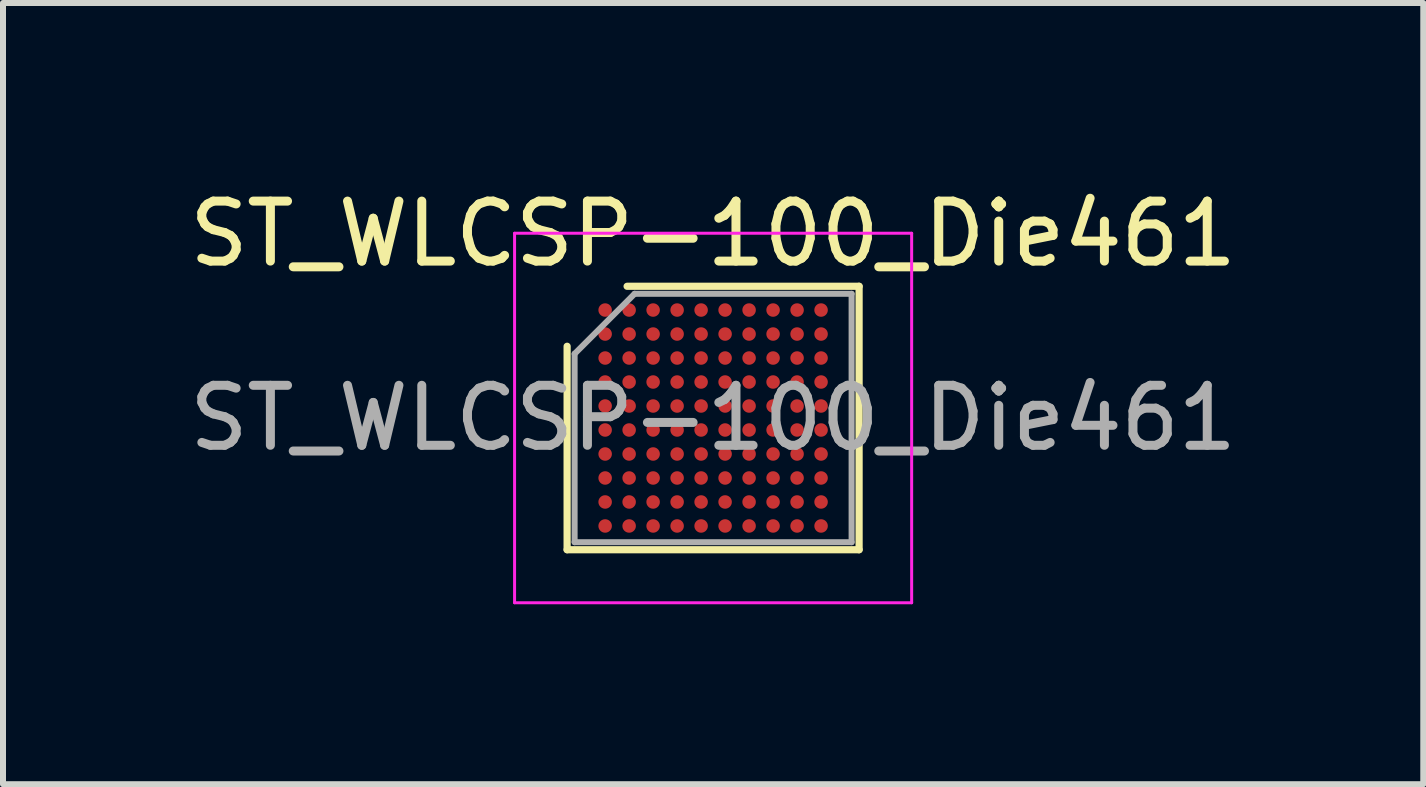
<source format=kicad_pcb>
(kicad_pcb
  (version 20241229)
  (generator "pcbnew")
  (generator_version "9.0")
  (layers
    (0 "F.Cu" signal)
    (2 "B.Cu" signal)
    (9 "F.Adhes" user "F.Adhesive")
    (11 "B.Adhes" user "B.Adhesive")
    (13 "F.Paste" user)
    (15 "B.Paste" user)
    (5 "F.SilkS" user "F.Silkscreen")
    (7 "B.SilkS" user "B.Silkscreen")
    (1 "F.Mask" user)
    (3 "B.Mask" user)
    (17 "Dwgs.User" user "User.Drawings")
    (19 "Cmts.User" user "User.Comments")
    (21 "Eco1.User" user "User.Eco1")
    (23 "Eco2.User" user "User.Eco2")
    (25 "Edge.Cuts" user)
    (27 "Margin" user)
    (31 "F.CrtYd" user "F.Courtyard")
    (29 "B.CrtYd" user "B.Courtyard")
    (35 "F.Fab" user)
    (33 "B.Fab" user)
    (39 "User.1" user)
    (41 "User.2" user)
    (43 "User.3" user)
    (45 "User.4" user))
  (footprint "ST_WLCSP-100_Die461"
    (layer "F.Cu")
    (at 8.839 3.919)
    (property "Reference" "ST_WLCSP-100_Die461" (at 0 -3.071 0) (layer "F.SilkS") (effects (font (size 1 1) (thickness 0.15))))
    (attr smd)
    (fp_line (start -2.434 2.196) (end -2.434 -1.196) (stroke (width 0.12) (type solid)) (layer "F.SilkS"))
    (fp_line (start -1.434 -2.196) (end 2.434 -2.196) (stroke (width 0.12) (type solid)) (layer "F.SilkS"))
    (fp_line (start 2.434 -2.196) (end 2.434 2.196) (stroke (width 0.12) (type solid)) (layer "F.SilkS"))
    (fp_line (start 2.434 2.196) (end -2.434 2.196) (stroke (width 0.12) (type solid)) (layer "F.SilkS"))
    (fp_line (start -3.31 -3.08) (end -3.31 3.08) (stroke (width 0.05) (type solid)) (layer "F.CrtYd"))
    (fp_line (start -3.31 3.08) (end 3.31 3.08) (stroke (width 0.05) (type solid)) (layer "F.CrtYd"))
    (fp_line (start 3.31 -3.08) (end -3.31 -3.08) (stroke (width 0.05) (type solid)) (layer "F.CrtYd"))
    (fp_line (start 3.31 3.08) (end 3.31 -3.08) (stroke (width 0.05) (type solid)) (layer "F.CrtYd"))
    (fp_line (start -2.309 -1.071) (end -1.309 -2.071) (stroke (width 0.1) (type solid)) (layer "F.Fab"))
    (fp_line (start -2.309 2.071) (end -2.309 -1.071) (stroke (width 0.1) (type solid)) (layer "F.Fab"))
    (fp_line (start -1.309 -2.071) (end 2.309 -2.071) (stroke (width 0.1) (type solid)) (layer "F.Fab"))
    (fp_line (start 2.309 -2.071) (end 2.309 2.071) (stroke (width 0.1) (type solid)) (layer "F.Fab"))
    (fp_line (start 2.309 2.071) (end -2.309 2.071) (stroke (width 0.1) (type solid)) (layer "F.Fab"))
    (fp_text user "${REFERENCE}" (at 0 0 0) (layer "F.Fab") (effects (font (size 1 1) (thickness 0.15))))
    (pad "A1" smd circle (at -1.8 -1.8) (size 0.225 0.225) (layers "F.Cu" "F.Mask" "F.Paste"))
    (pad "A2" smd circle (at -1.4 -1.8) (size 0.225 0.225) (layers "F.Cu" "F.Mask" "F.Paste"))
    (pad "A3" smd circle (at -1 -1.8) (size 0.225 0.225) (layers "F.Cu" "F.Mask" "F.Paste"))
    (pad "A4" smd circle (at -0.6 -1.8) (size 0.225 0.225) (layers "F.Cu" "F.Mask" "F.Paste"))
    (pad "A5" smd circle (at -0.2 -1.8) (size 0.225 0.225) (layers "F.Cu" "F.Mask" "F.Paste"))
    (pad "A6" smd circle (at 0.2 -1.8) (size 0.225 0.225) (layers "F.Cu" "F.Mask" "F.Paste"))
    (pad "A7" smd circle (at 0.6 -1.8) (size 0.225 0.225) (layers "F.Cu" "F.Mask" "F.Paste"))
    (pad "A8" smd circle (at 1 -1.8) (size 0.225 0.225) (layers "F.Cu" "F.Mask" "F.Paste"))
    (pad "A9" smd circle (at 1.4 -1.8) (size 0.225 0.225) (layers "F.Cu" "F.Mask" "F.Paste"))
    (pad "A10" smd circle (at 1.8 -1.8) (size 0.225 0.225) (layers "F.Cu" "F.Mask" "F.Paste"))
    (pad "B1" smd circle (at -1.8 -1.4) (size 0.225 0.225) (layers "F.Cu" "F.Mask" "F.Paste"))
    (pad "B2" smd circle (at -1.4 -1.4) (size 0.225 0.225) (layers "F.Cu" "F.Mask" "F.Paste"))
    (pad "B3" smd circle (at -1 -1.4) (size 0.225 0.225) (layers "F.Cu" "F.Mask" "F.Paste"))
    (pad "B4" smd circle (at -0.6 -1.4) (size 0.225 0.225) (layers "F.Cu" "F.Mask" "F.Paste"))
    (pad "B5" smd circle (at -0.2 -1.4) (size 0.225 0.225) (layers "F.Cu" "F.Mask" "F.Paste"))
    (pad "B6" smd circle (at 0.2 -1.4) (size 0.225 0.225) (layers "F.Cu" "F.Mask" "F.Paste"))
    (pad "B7" smd circle (at 0.6 -1.4) (size 0.225 0.225) (layers "F.Cu" "F.Mask" "F.Paste"))
    (pad "B8" smd circle (at 1 -1.4) (size 0.225 0.225) (layers "F.Cu" "F.Mask" "F.Paste"))
    (pad "B9" smd circle (at 1.4 -1.4) (size 0.225 0.225) (layers "F.Cu" "F.Mask" "F.Paste"))
    (pad "B10" smd circle (at 1.8 -1.4) (size 0.225 0.225) (layers "F.Cu" "F.Mask" "F.Paste"))
    (pad "C1" smd circle (at -1.8 -1) (size 0.225 0.225) (layers "F.Cu" "F.Mask" "F.Paste"))
    (pad "C2" smd circle (at -1.4 -1) (size 0.225 0.225) (layers "F.Cu" "F.Mask" "F.Paste"))
    (pad "C3" smd circle (at -1 -1) (size 0.225 0.225) (layers "F.Cu" "F.Mask" "F.Paste"))
    (pad "C4" smd circle (at -0.6 -1) (size 0.225 0.225) (layers "F.Cu" "F.Mask" "F.Paste"))
    (pad "C5" smd circle (at -0.2 -1) (size 0.225 0.225) (layers "F.Cu" "F.Mask" "F.Paste"))
    (pad "C6" smd circle (at 0.2 -1) (size 0.225 0.225) (layers "F.Cu" "F.Mask" "F.Paste"))
    (pad "C7" smd circle (at 0.6 -1) (size 0.225 0.225) (layers "F.Cu" "F.Mask" "F.Paste"))
    (pad "C8" smd circle (at 1 -1) (size 0.225 0.225) (layers "F.Cu" "F.Mask" "F.Paste"))
    (pad "C9" smd circle (at 1.4 -1) (size 0.225 0.225) (layers "F.Cu" "F.Mask" "F.Paste"))
    (pad "C10" smd circle (at 1.8 -1) (size 0.225 0.225) (layers "F.Cu" "F.Mask" "F.Paste"))
    (pad "D1" smd circle (at -1.8 -0.6) (size 0.225 0.225) (layers "F.Cu" "F.Mask" "F.Paste"))
    (pad "D2" smd circle (at -1.4 -0.6) (size 0.225 0.225) (layers "F.Cu" "F.Mask" "F.Paste"))
    (pad "D3" smd circle (at -1 -0.6) (size 0.225 0.225) (layers "F.Cu" "F.Mask" "F.Paste"))
    (pad "D4" smd circle (at -0.6 -0.6) (size 0.225 0.225) (layers "F.Cu" "F.Mask" "F.Paste"))
    (pad "D5" smd circle (at -0.2 -0.6) (size 0.225 0.225) (layers "F.Cu" "F.Mask" "F.Paste"))
    (pad "D6" smd circle (at 0.2 -0.6) (size 0.225 0.225) (layers "F.Cu" "F.Mask" "F.Paste"))
    (pad "D7" smd circle (at 0.6 -0.6) (size 0.225 0.225) (layers "F.Cu" "F.Mask" "F.Paste"))
    (pad "D8" smd circle (at 1 -0.6) (size 0.225 0.225) (layers "F.Cu" "F.Mask" "F.Paste"))
    (pad "D9" smd circle (at 1.4 -0.6) (size 0.225 0.225) (layers "F.Cu" "F.Mask" "F.Paste"))
    (pad "D10" smd circle (at 1.8 -0.6) (size 0.225 0.225) (layers "F.Cu" "F.Mask" "F.Paste"))
    (pad "E1" smd circle (at -1.8 -0.2) (size 0.225 0.225) (layers "F.Cu" "F.Mask" "F.Paste"))
    (pad "E2" smd circle (at -1.4 -0.2) (size 0.225 0.225) (layers "F.Cu" "F.Mask" "F.Paste"))
    (pad "E3" smd circle (at -1 -0.2) (size 0.225 0.225) (layers "F.Cu" "F.Mask" "F.Paste"))
    (pad "E4" smd circle (at -0.6 -0.2) (size 0.225 0.225) (layers "F.Cu" "F.Mask" "F.Paste"))
    (pad "E5" smd circle (at -0.2 -0.2) (size 0.225 0.225) (layers "F.Cu" "F.Mask" "F.Paste"))
    (pad "E6" smd circle (at 0.2 -0.2) (size 0.225 0.225) (layers "F.Cu" "F.Mask" "F.Paste"))
    (pad "E7" smd circle (at 0.6 -0.2) (size 0.225 0.225) (layers "F.Cu" "F.Mask" "F.Paste"))
    (pad "E8" smd circle (at 1 -0.2) (size 0.225 0.225) (layers "F.Cu" "F.Mask" "F.Paste"))
    (pad "E9" smd circle (at 1.4 -0.2) (size 0.225 0.225) (layers "F.Cu" "F.Mask" "F.Paste"))
    (pad "E10" smd circle (at 1.8 -0.2) (size 0.225 0.225) (layers "F.Cu" "F.Mask" "F.Paste"))
    (pad "F1" smd circle (at -1.8 0.2) (size 0.225 0.225) (layers "F.Cu" "F.Mask" "F.Paste"))
    (pad "F2" smd circle (at -1.4 0.2) (size 0.225 0.225) (layers "F.Cu" "F.Mask" "F.Paste"))
    (pad "F3" smd circle (at -1 0.2) (size 0.225 0.225) (layers "F.Cu" "F.Mask" "F.Paste"))
    (pad "F4" smd circle (at -0.6 0.2) (size 0.225 0.225) (layers "F.Cu" "F.Mask" "F.Paste"))
    (pad "F5" smd circle (at -0.2 0.2) (size 0.225 0.225) (layers "F.Cu" "F.Mask" "F.Paste"))
    (pad "F6" smd circle (at 0.2 0.2) (size 0.225 0.225) (layers "F.Cu" "F.Mask" "F.Paste"))
    (pad "F7" smd circle (at 0.6 0.2) (size 0.225 0.225) (layers "F.Cu" "F.Mask" "F.Paste"))
    (pad "F8" smd circle (at 1 0.2) (size 0.225 0.225) (layers "F.Cu" "F.Mask" "F.Paste"))
    (pad "F9" smd circle (at 1.4 0.2) (size 0.225 0.225) (layers "F.Cu" "F.Mask" "F.Paste"))
    (pad "F10" smd circle (at 1.8 0.2) (size 0.225 0.225) (layers "F.Cu" "F.Mask" "F.Paste"))
    (pad "G1" smd circle (at -1.8 0.6) (size 0.225 0.225) (layers "F.Cu" "F.Mask" "F.Paste"))
    (pad "G2" smd circle (at -1.4 0.6) (size 0.225 0.225) (layers "F.Cu" "F.Mask" "F.Paste"))
    (pad "G3" smd circle (at -1 0.6) (size 0.225 0.225) (layers "F.Cu" "F.Mask" "F.Paste"))
    (pad "G4" smd circle (at -0.6 0.6) (size 0.225 0.225) (layers "F.Cu" "F.Mask" "F.Paste"))
    (pad "G5" smd circle (at -0.2 0.6) (size 0.225 0.225) (layers "F.Cu" "F.Mask" "F.Paste"))
    (pad "G6" smd circle (at 0.2 0.6) (size 0.225 0.225) (layers "F.Cu" "F.Mask" "F.Paste"))
    (pad "G7" smd circle (at 0.6 0.6) (size 0.225 0.225) (layers "F.Cu" "F.Mask" "F.Paste"))
    (pad "G8" smd circle (at 1 0.6) (size 0.225 0.225) (layers "F.Cu" "F.Mask" "F.Paste"))
    (pad "G9" smd circle (at 1.4 0.6) (size 0.225 0.225) (layers "F.Cu" "F.Mask" "F.Paste"))
    (pad "G10" smd circle (at 1.8 0.6) (size 0.225 0.225) (layers "F.Cu" "F.Mask" "F.Paste"))
    (pad "H1" smd circle (at -1.8 1) (size 0.225 0.225) (layers "F.Cu" "F.Mask" "F.Paste"))
    (pad "H2" smd circle (at -1.4 1) (size 0.225 0.225) (layers "F.Cu" "F.Mask" "F.Paste"))
    (pad "H3" smd circle (at -1 1) (size 0.225 0.225) (layers "F.Cu" "F.Mask" "F.Paste"))
    (pad "H4" smd circle (at -0.6 1) (size 0.225 0.225) (layers "F.Cu" "F.Mask" "F.Paste"))
    (pad "H5" smd circle (at -0.2 1) (size 0.225 0.225) (layers "F.Cu" "F.Mask" "F.Paste"))
    (pad "H6" smd circle (at 0.2 1) (size 0.225 0.225) (layers "F.Cu" "F.Mask" "F.Paste"))
    (pad "H7" smd circle (at 0.6 1) (size 0.225 0.225) (layers "F.Cu" "F.Mask" "F.Paste"))
    (pad "H8" smd circle (at 1 1) (size 0.225 0.225) (layers "F.Cu" "F.Mask" "F.Paste"))
    (pad "H9" smd circle (at 1.4 1) (size 0.225 0.225) (layers "F.Cu" "F.Mask" "F.Paste"))
    (pad "H10" smd circle (at 1.8 1) (size 0.225 0.225) (layers "F.Cu" "F.Mask" "F.Paste"))
    (pad "J1" smd circle (at -1.8 1.4) (size 0.225 0.225) (layers "F.Cu" "F.Mask" "F.Paste"))
    (pad "J2" smd circle (at -1.4 1.4) (size 0.225 0.225) (layers "F.Cu" "F.Mask" "F.Paste"))
    (pad "J3" smd circle (at -1 1.4) (size 0.225 0.225) (layers "F.Cu" "F.Mask" "F.Paste"))
    (pad "J4" smd circle (at -0.6 1.4) (size 0.225 0.225) (layers "F.Cu" "F.Mask" "F.Paste"))
    (pad "J5" smd circle (at -0.2 1.4) (size 0.225 0.225) (layers "F.Cu" "F.Mask" "F.Paste"))
    (pad "J6" smd circle (at 0.2 1.4) (size 0.225 0.225) (layers "F.Cu" "F.Mask" "F.Paste"))
    (pad "J7" smd circle (at 0.6 1.4) (size 0.225 0.225) (layers "F.Cu" "F.Mask" "F.Paste"))
    (pad "J8" smd circle (at 1 1.4) (size 0.225 0.225) (layers "F.Cu" "F.Mask" "F.Paste"))
    (pad "J9" smd circle (at 1.4 1.4) (size 0.225 0.225) (layers "F.Cu" "F.Mask" "F.Paste"))
    (pad "J10" smd circle (at 1.8 1.4) (size 0.225 0.225) (layers "F.Cu" "F.Mask" "F.Paste"))
    (pad "K1" smd circle (at -1.8 1.8) (size 0.225 0.225) (layers "F.Cu" "F.Mask" "F.Paste"))
    (pad "K2" smd circle (at -1.4 1.8) (size 0.225 0.225) (layers "F.Cu" "F.Mask" "F.Paste"))
    (pad "K3" smd circle (at -1 1.8) (size 0.225 0.225) (layers "F.Cu" "F.Mask" "F.Paste"))
    (pad "K4" smd circle (at -0.6 1.8) (size 0.225 0.225) (layers "F.Cu" "F.Mask" "F.Paste"))
    (pad "K5" smd circle (at -0.2 1.8) (size 0.225 0.225) (layers "F.Cu" "F.Mask" "F.Paste"))
    (pad "K6" smd circle (at 0.2 1.8) (size 0.225 0.225) (layers "F.Cu" "F.Mask" "F.Paste"))
    (pad "K7" smd circle (at 0.6 1.8) (size 0.225 0.225) (layers "F.Cu" "F.Mask" "F.Paste"))
    (pad "K8" smd circle (at 1 1.8) (size 0.225 0.225) (layers "F.Cu" "F.Mask" "F.Paste"))
    (pad "K9" smd circle (at 1.4 1.8) (size 0.225 0.225) (layers "F.Cu" "F.Mask" "F.Paste"))
    (pad "K10" smd circle (at 1.8 1.8) (size 0.225 0.225) (layers "F.Cu" "F.Mask" "F.Paste")))
  (gr_rect
    (start -3 -3)
    (end 20.679 10.024)
    (stroke (width 0.1) (type default))
    (fill no)
    (layer "Edge.Cuts")))
</source>
